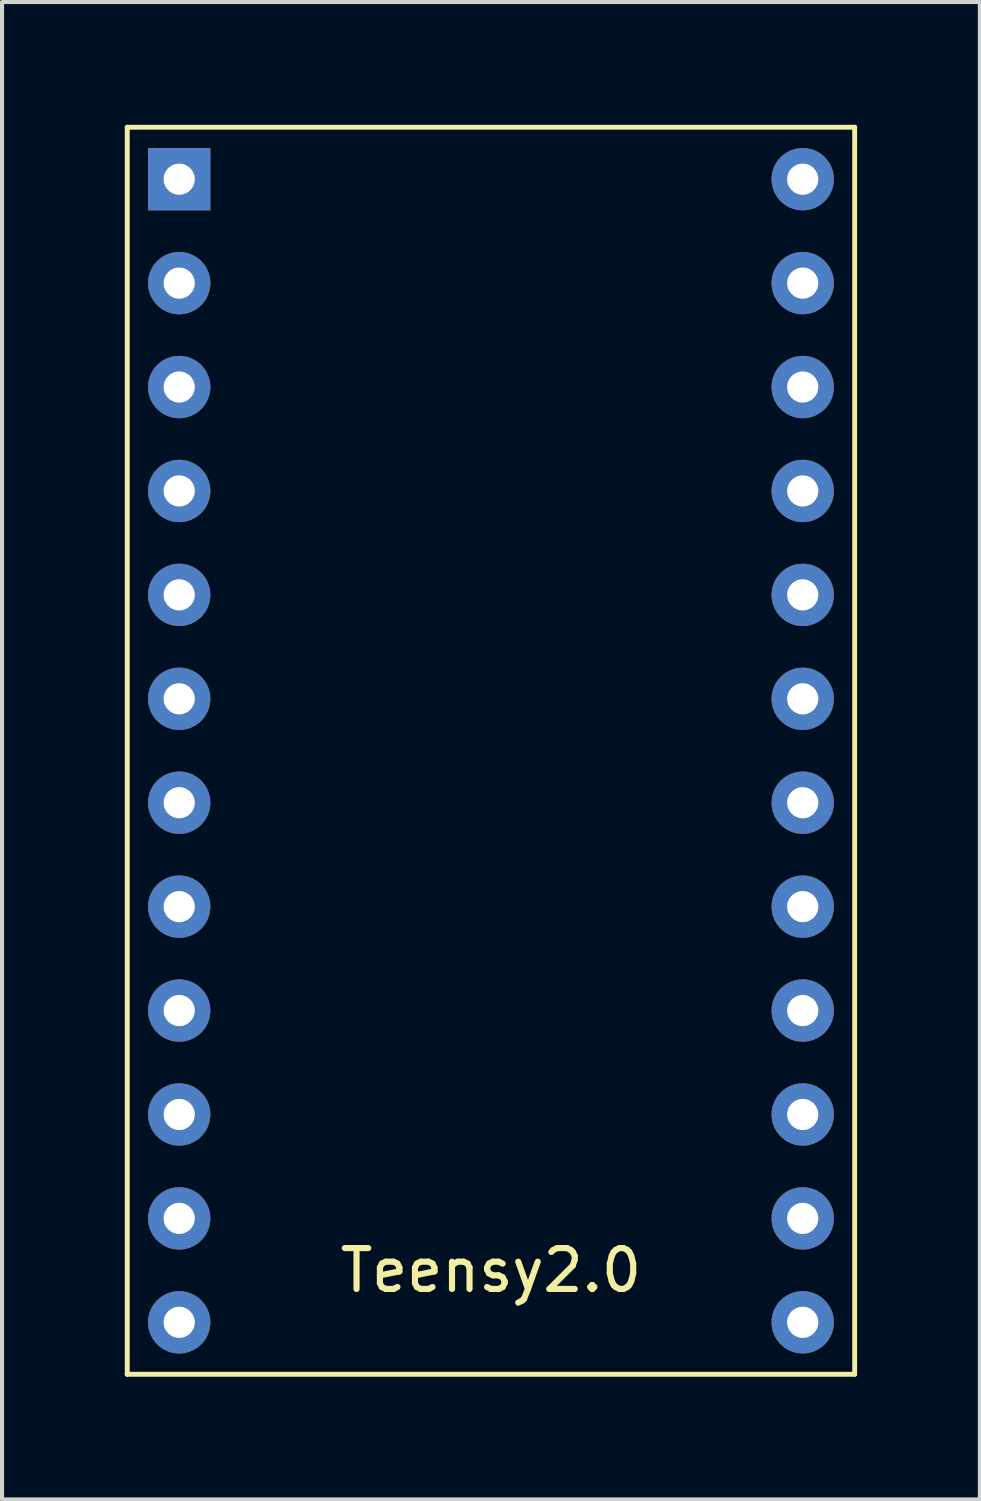
<source format=kicad_pcb>
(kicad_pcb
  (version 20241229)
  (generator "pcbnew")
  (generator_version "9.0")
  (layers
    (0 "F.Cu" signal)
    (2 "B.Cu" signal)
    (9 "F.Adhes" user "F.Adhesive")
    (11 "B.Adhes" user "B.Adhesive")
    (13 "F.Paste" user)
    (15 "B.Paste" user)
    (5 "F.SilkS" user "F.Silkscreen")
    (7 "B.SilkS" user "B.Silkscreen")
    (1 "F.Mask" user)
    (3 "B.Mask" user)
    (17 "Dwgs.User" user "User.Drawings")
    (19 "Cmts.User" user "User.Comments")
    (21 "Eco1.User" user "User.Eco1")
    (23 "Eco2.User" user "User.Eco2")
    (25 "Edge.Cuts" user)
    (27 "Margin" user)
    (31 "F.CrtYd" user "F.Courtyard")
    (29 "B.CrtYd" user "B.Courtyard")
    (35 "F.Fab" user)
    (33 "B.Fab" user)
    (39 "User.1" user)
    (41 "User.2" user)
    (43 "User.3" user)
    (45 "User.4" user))
  (footprint "Teensy2.0"
    (layer "F.Cu")
    (at 8.95 15.3)
    (property "Reference" "Teensy2.0" (at 0 12.7 0) (layer "F.SilkS") (effects (font (size 1 1) (thickness 0.15))))
    (attr through_hole)
    (fp_line (start -8.89 -15.24) (end 8.89 -15.24) (stroke (width 0.12) (type solid)) (layer "F.SilkS"))
    (fp_line (start -8.89 15.24) (end -8.89 -15.24) (stroke (width 0.12) (type solid)) (layer "F.SilkS"))
    (fp_line (start 8.89 -15.24) (end 8.89 15.24) (stroke (width 0.12) (type solid)) (layer "F.SilkS"))
    (fp_line (start 8.89 15.24) (end -8.89 15.24) (stroke (width 0.12) (type solid)) (layer "F.SilkS"))
    (pad "1" thru_hole rect (at -7.62 -13.97) (size 1.524 1.524) (drill 0.762) (layers "*.Cu" "*.Mask"))
    (pad "2" thru_hole circle (at -7.62 -11.43) (size 1.524 1.524) (drill 0.762) (layers "*.Cu" "*.Mask"))
    (pad "3" thru_hole circle (at -7.62 -8.89) (size 1.524 1.524) (drill 0.762) (layers "*.Cu" "*.Mask"))
    (pad "4" thru_hole circle (at -7.62 -6.35) (size 1.524 1.524) (drill 0.762) (layers "*.Cu" "*.Mask"))
    (pad "5" thru_hole circle (at -7.62 -3.81) (size 1.524 1.524) (drill 0.762) (layers "*.Cu" "*.Mask"))
    (pad "6" thru_hole circle (at -7.62 -1.27) (size 1.524 1.524) (drill 0.762) (layers "*.Cu" "*.Mask"))
    (pad "7" thru_hole circle (at -7.62 1.27) (size 1.524 1.524) (drill 0.762) (layers "*.Cu" "*.Mask"))
    (pad "8" thru_hole circle (at -7.62 3.81) (size 1.524 1.524) (drill 0.762) (layers "*.Cu" "*.Mask"))
    (pad "9" thru_hole circle (at -7.62 6.35) (size 1.524 1.524) (drill 0.762) (layers "*.Cu" "*.Mask"))
    (pad "10" thru_hole circle (at -7.62 8.89) (size 1.524 1.524) (drill 0.762) (layers "*.Cu" "*.Mask"))
    (pad "11" thru_hole circle (at -7.62 11.43) (size 1.524 1.524) (drill 0.762) (layers "*.Cu" "*.Mask"))
    (pad "12" thru_hole circle (at -7.62 13.97) (size 1.524 1.524) (drill 0.762) (layers "*.Cu" "*.Mask"))
    (pad "13" thru_hole circle (at 7.62 13.97) (size 1.524 1.524) (drill 0.762) (layers "*.Cu" "*.Mask"))
    (pad "14" thru_hole circle (at 7.62 11.43) (size 1.524 1.524) (drill 0.762) (layers "*.Cu" "*.Mask"))
    (pad "15" thru_hole circle (at 7.62 8.89) (size 1.524 1.524) (drill 0.762) (layers "*.Cu" "*.Mask"))
    (pad "16" thru_hole circle (at 7.62 6.35) (size 1.524 1.524) (drill 0.762) (layers "*.Cu" "*.Mask"))
    (pad "17" thru_hole circle (at 7.62 3.81) (size 1.524 1.524) (drill 0.762) (layers "*.Cu" "*.Mask"))
    (pad "18" thru_hole circle (at 7.62 1.27) (size 1.524 1.524) (drill 0.762) (layers "*.Cu" "*.Mask"))
    (pad "19" thru_hole circle (at 7.62 -1.27) (size 1.524 1.524) (drill 0.762) (layers "*.Cu" "*.Mask"))
    (pad "20" thru_hole circle (at 7.62 -3.81) (size 1.524 1.524) (drill 0.762) (layers "*.Cu" "*.Mask"))
    (pad "21" thru_hole circle (at 7.62 -6.35) (size 1.524 1.524) (drill 0.762) (layers "*.Cu" "*.Mask"))
    (pad "22" thru_hole circle (at 7.62 -8.89) (size 1.524 1.524) (drill 0.762) (layers "*.Cu" "*.Mask"))
    (pad "23" thru_hole circle (at 7.62 -11.43) (size 1.524 1.524) (drill 0.762) (layers "*.Cu" "*.Mask"))
    (pad "24" thru_hole circle (at 7.62 -13.97) (size 1.524 1.524) (drill 0.762) (layers "*.Cu" "*.Mask")))
  (gr_rect
    (start -3 -3)
    (end 20.9 33.6)
    (stroke (width 0.1) (type default))
    (fill no)
    (layer "Edge.Cuts")))
</source>
